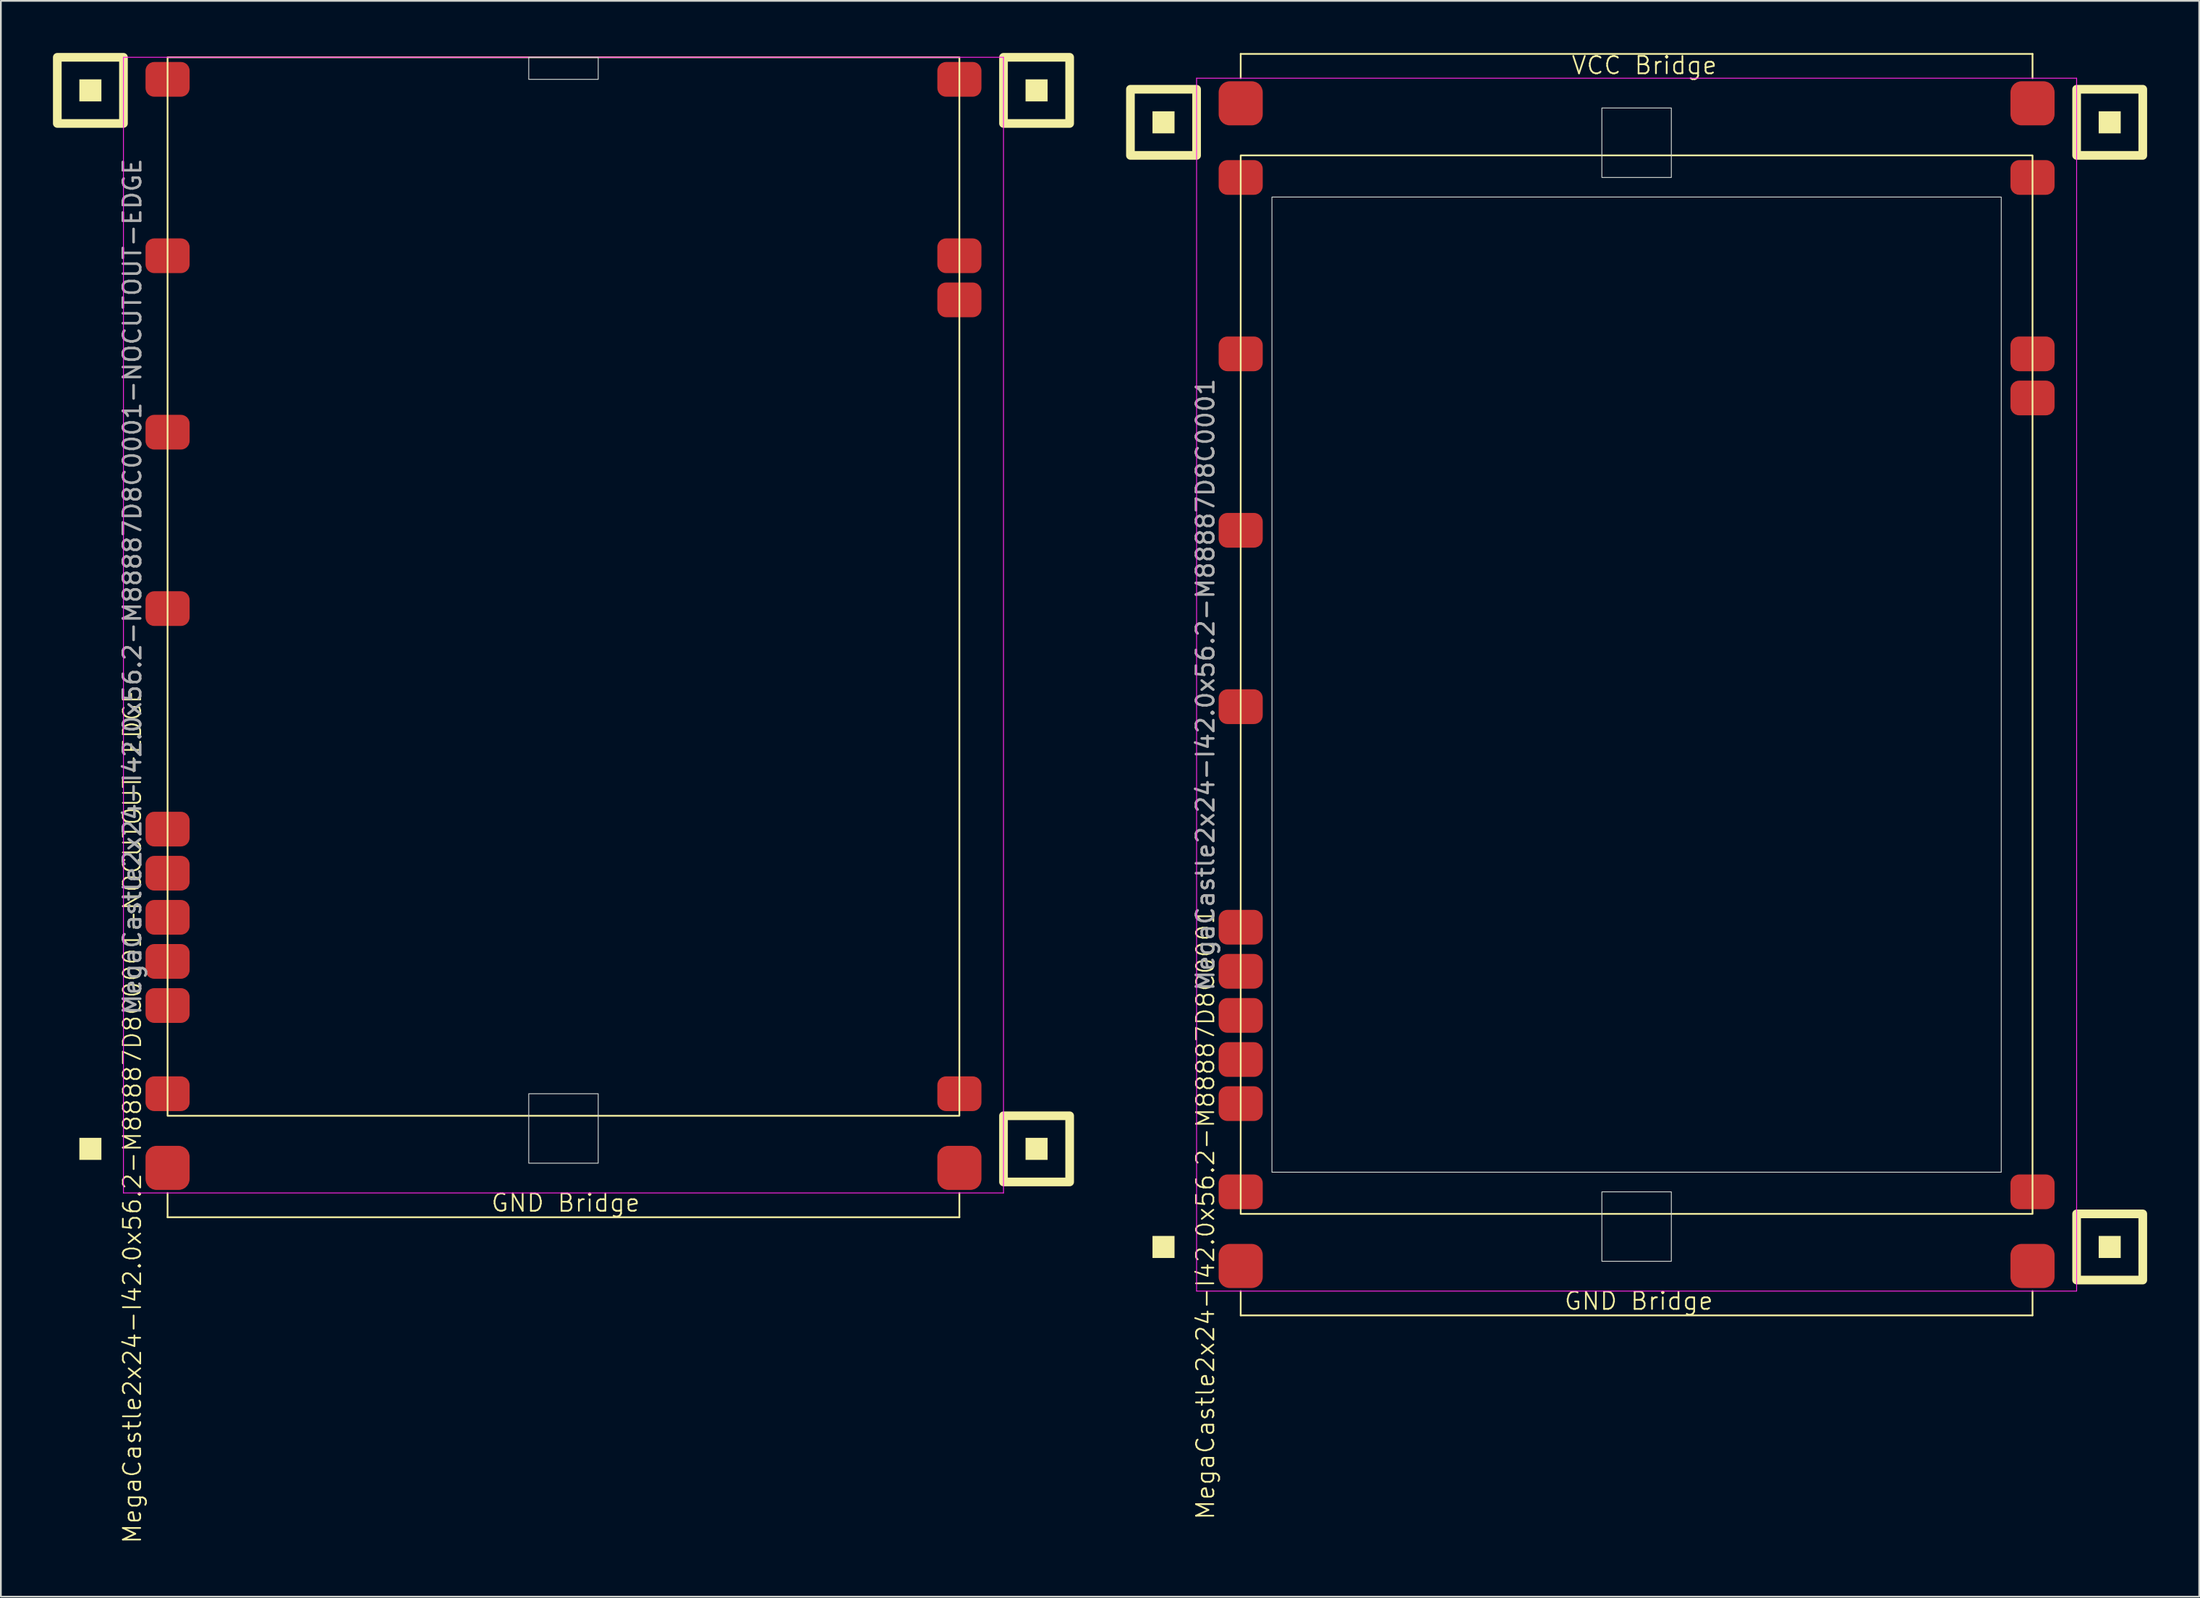
<source format=kicad_pcb>
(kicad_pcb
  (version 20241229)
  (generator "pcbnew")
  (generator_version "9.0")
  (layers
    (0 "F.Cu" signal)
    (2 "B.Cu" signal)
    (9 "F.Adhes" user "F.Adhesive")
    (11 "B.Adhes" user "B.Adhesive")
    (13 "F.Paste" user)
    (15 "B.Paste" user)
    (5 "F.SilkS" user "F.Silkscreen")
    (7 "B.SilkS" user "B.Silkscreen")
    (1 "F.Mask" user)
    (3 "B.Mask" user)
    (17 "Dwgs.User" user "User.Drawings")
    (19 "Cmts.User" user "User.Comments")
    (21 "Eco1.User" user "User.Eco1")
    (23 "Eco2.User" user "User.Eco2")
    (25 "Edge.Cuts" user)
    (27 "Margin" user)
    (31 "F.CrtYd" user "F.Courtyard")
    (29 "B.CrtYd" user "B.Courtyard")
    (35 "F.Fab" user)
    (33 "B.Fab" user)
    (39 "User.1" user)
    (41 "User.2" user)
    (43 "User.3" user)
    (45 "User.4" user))
  (footprint "MegaCastle2x24-I42.0x56.2-M88887D8C0001"
    (layer "F.Cu")
    (at 91.2 36.38)
    (property "Reference" "MegaCastle2x24-I42.0x56.2-M88887D8C0001" (at -24.832 30.48 90) (unlocked yes) (layer "F.SilkS") (effects (font (size 1 1) (thickness 0.1))))
    (attr smd)
    (fp_line (start -22.8 -36.325) (end 22.8 -36.325) (stroke (width 0.1) (type default)) (layer "F.SilkS"))
    (fp_line (start -22.8 -34.925) (end -22.8 -36.325) (stroke (width 0.1) (type default)) (layer "F.SilkS"))
    (fp_line (start -22.8 34.925) (end -22.8 36.325) (stroke (width 0.1) (type default)) (layer "F.SilkS"))
    (fp_line (start -22.8 36.325) (end 22.8 36.325) (stroke (width 0.1) (type default)) (layer "F.SilkS"))
    (fp_line (start 22.8 -34.925) (end 22.8 -36.325) (stroke (width 0.1) (type default)) (layer "F.SilkS"))
    (fp_line (start 22.8 34.925) (end 22.8 36.325) (stroke (width 0.1) (type default)) (layer "F.SilkS"))
    (fp_rect (start -26.61 -31.75) (end -27.88 -33.02) (stroke (width 0) (type solid)) (fill yes) (layer "F.SilkS"))
    (fp_rect (start -26.61 33.02) (end -27.88 31.75) (stroke (width 0) (type solid)) (fill yes) (layer "F.SilkS"))
    (fp_rect (start -25.34 -30.48) (end -29.15 -34.29) (stroke (width 0.5) (type default)) (fill no) (layer "F.SilkS"))
    (fp_rect (start -22.8 -30.48) (end 22.8 30.48) (stroke (width 0.1) (type default)) (fill no) (layer "F.SilkS"))
    (fp_rect (start 27.88 -31.75) (end 26.61 -33.02) (stroke (width 0) (type solid)) (fill yes) (layer "F.SilkS"))
    (fp_rect (start 27.88 33.02) (end 26.61 31.75) (stroke (width 0) (type solid)) (fill yes) (layer "F.SilkS"))
    (fp_rect (start 29.15 -30.48) (end 25.34 -34.29) (stroke (width 0.5) (type default)) (fill no) (layer "F.SilkS"))
    (fp_rect (start 29.15 34.29) (end 25.34 30.48) (stroke (width 0.5) (type default)) (fill no) (layer "F.SilkS"))
    (fp_rect (start -21 -28.08) (end 21 28.08) (stroke (width 0.05) (type default)) (fill no) (layer "Edge.Cuts"))
    (fp_rect (start -2 -29.21) (end 2 -33.21) (stroke (width 0.05) (type default)) (fill no) (layer "Edge.Cuts"))
    (fp_rect (start -2 29.21) (end 2 33.21) (stroke (width 0.05) (type default)) (fill no) (layer "Edge.Cuts"))
    (fp_line (start -25.34 -34.925) (end -25.34 34.925) (stroke (width 0.05) (type default)) (layer "F.CrtYd"))
    (fp_line (start -25.34 34.925) (end 25.34 34.925) (stroke (width 0.05) (type default)) (layer "F.CrtYd"))
    (fp_line (start 25.34 -34.925) (end -25.34 -34.925) (stroke (width 0.05) (type default)) (layer "F.CrtYd"))
    (fp_line (start 25.34 -34.925) (end 25.34 34.925) (stroke (width 0.05) (type default)) (layer "F.CrtYd"))
    (fp_text user "GND Bridge" (at -4.226 36.08 0) (unlocked yes) (layer "F.SilkS") (effects (font (size 1 1) (thickness 0.1)) (justify left bottom)))
    (fp_text user "VCC Bridge" (at -3.81 -35.08 0) (unlocked yes) (layer "F.SilkS") (effects (font (size 1 1) (thickness 0.1)) (justify left bottom)))
    (fp_text user "${REFERENCE}" (at -24.832 0 90) (unlocked yes) (layer "F.Fab") (effects (font (size 1 1) (thickness 0.15))))
    (pad "1" smd roundrect (at -22.8 -29.21) (size 2.54 2) (layers "F.Cu" "F.Mask" "F.Paste") (roundrect_rratio 0.25))
    (pad "5" smd roundrect (at -22.8 -19.05) (size 2.54 2) (layers "F.Cu" "F.Mask" "F.Paste") (roundrect_rratio 0.25))
    (pad "9" smd roundrect (at -22.8 -8.89) (size 2.54 2) (layers "F.Cu" "F.Mask" "F.Paste") (roundrect_rratio 0.25))
    (pad "13" smd roundrect (at -22.8 1.27) (size 2.54 2) (layers "F.Cu" "F.Mask" "F.Paste") (roundrect_rratio 0.25))
    (pad "18" smd roundrect (at -22.8 13.97) (size 2.54 2) (layers "F.Cu" "F.Mask" "F.Paste") (roundrect_rratio 0.25))
    (pad "19" smd roundrect (at -22.8 16.51) (size 2.54 2) (layers "F.Cu" "F.Mask" "F.Paste") (roundrect_rratio 0.25))
    (pad "20" smd roundrect (at -22.8 19.05) (size 2.54 2) (layers "F.Cu" "F.Mask" "F.Paste") (roundrect_rratio 0.25))
    (pad "21" smd roundrect (at -22.8 21.59) (size 2.54 2) (layers "F.Cu" "F.Mask" "F.Paste") (roundrect_rratio 0.25))
    (pad "22" smd roundrect (at -22.8 24.13) (size 2.54 2) (layers "F.Cu" "F.Mask" "F.Paste") (roundrect_rratio 0.25))
    (pad "24" smd roundrect (at -22.8 29.21) (size 2.54 2) (layers "F.Cu" "F.Mask" "F.Paste") (roundrect_rratio 0.25))
    (pad "25" smd roundrect (at 22.8 -29.21) (size 2.54 2) (layers "F.Cu" "F.Mask" "F.Paste") (roundrect_rratio 0.25))
    (pad "29" smd roundrect (at 22.8 -19.05) (size 2.54 2) (layers "F.Cu" "F.Mask" "F.Paste") (roundrect_rratio 0.25))
    (pad "30" smd roundrect (at 22.8 -16.51) (size 2.54 2) (layers "F.Cu" "F.Mask" "F.Paste") (roundrect_rratio 0.25))
    (pad "48" smd roundrect (at 22.8 29.21) (size 2.54 2) (layers "F.Cu" "F.Mask" "F.Paste") (roundrect_rratio 0.25))
    (pad "A1" smd roundrect (at -22.8 -33.48) (size 2.54 2.54) (layers "F.Cu" "F.Mask" "F.Paste") (roundrect_rratio 0.25))
    (pad "A2" smd roundrect (at 22.8 -33.48) (size 2.54 2.54) (layers "F.Cu" "F.Mask" "F.Paste") (roundrect_rratio 0.25))
    (pad "B1" smd roundrect (at -22.8 33.48) (size 2.54 2.54) (layers "F.Cu" "F.Mask" "F.Paste") (roundrect_rratio 0.25))
    (pad "B2" smd roundrect (at 22.8 33.48) (size 2.54 2.54) (layers "F.Cu" "F.Mask" "F.Paste") (roundrect_rratio 0.25)))
  (footprint "MegaCastle2x24-I42.0x56.2-M88887D8C0001-NOCUTOUT-EDGE"
    (layer "F.Cu")
    (at 29.4 30.73)
    (property "Reference" "MegaCastle2x24-I42.0x56.2-M88887D8C0001-NOCUTOUT-EDGE" (at -24.832 30.48 90) (unlocked yes) (layer "F.SilkS") (effects (font (size 1 1) (thickness 0.1))))
    (attr smd)
    (fp_line (start -22.8 34.925) (end -22.8 36.325) (stroke (width 0.1) (type default)) (layer "F.SilkS"))
    (fp_line (start -22.8 36.325) (end 22.8 36.325) (stroke (width 0.1) (type default)) (layer "F.SilkS"))
    (fp_line (start 22.8 34.925) (end 22.8 36.325) (stroke (width 0.1) (type default)) (layer "F.SilkS"))
    (fp_rect (start -26.61 -27.94) (end -27.88 -29.21) (stroke (width 0) (type solid)) (fill yes) (layer "F.SilkS"))
    (fp_rect (start -26.61 33.02) (end -27.88 31.75) (stroke (width 0) (type solid)) (fill yes) (layer "F.SilkS"))
    (fp_rect (start -25.34 -26.67) (end -29.15 -30.48) (stroke (width 0.5) (type default)) (fill no) (layer "F.SilkS"))
    (fp_rect (start -22.8 -30.48) (end 22.8 30.48) (stroke (width 0.1) (type default)) (fill no) (layer "F.SilkS"))
    (fp_rect (start 27.88 -27.94) (end 26.61 -29.21) (stroke (width 0) (type solid)) (fill yes) (layer "F.SilkS"))
    (fp_rect (start 27.88 33.02) (end 26.61 31.75) (stroke (width 0) (type solid)) (fill yes) (layer "F.SilkS"))
    (fp_rect (start 29.15 -26.67) (end 25.34 -30.48) (stroke (width 0.5) (type default)) (fill no) (layer "F.SilkS"))
    (fp_rect (start 29.15 34.29) (end 25.34 30.48) (stroke (width 0.5) (type default)) (fill no) (layer "F.SilkS"))
    (fp_rect (start -2 -29.21) (end 2 -30.48) (stroke (width 0.05) (type default)) (fill no) (layer "Edge.Cuts"))
    (fp_rect (start -2 29.21) (end 2 33.21) (stroke (width 0.05) (type default)) (fill no) (layer "Edge.Cuts"))
    (fp_line (start -25.34 -30.48) (end -25.34 34.925) (stroke (width 0.05) (type default)) (layer "F.CrtYd"))
    (fp_line (start -25.34 34.925) (end 25.34 34.925) (stroke (width 0.05) (type default)) (layer "F.CrtYd"))
    (fp_line (start 25.34 -30.48) (end -25.34 -30.48) (stroke (width 0.05) (type default)) (layer "F.CrtYd"))
    (fp_line (start 25.34 -30.48) (end 25.34 34.925) (stroke (width 0.05) (type default)) (layer "F.CrtYd"))
    (fp_text user "GND Bridge" (at -4.226 36.08 0) (unlocked yes) (layer "F.SilkS") (effects (font (size 1 1) (thickness 0.1)) (justify left bottom)))
    (fp_text user "${REFERENCE}" (at -24.832 0 90) (unlocked yes) (layer "F.Fab") (effects (font (size 1 1) (thickness 0.15))))
    (pad "1" smd roundrect (at -22.8 -29.21) (size 2.54 2) (layers "F.Cu" "F.Mask" "F.Paste") (roundrect_rratio 0.25))
    (pad "5" smd roundrect (at -22.8 -19.05) (size 2.54 2) (layers "F.Cu" "F.Mask" "F.Paste") (roundrect_rratio 0.25))
    (pad "9" smd roundrect (at -22.8 -8.89) (size 2.54 2) (layers "F.Cu" "F.Mask" "F.Paste") (roundrect_rratio 0.25))
    (pad "13" smd roundrect (at -22.8 1.27) (size 2.54 2) (layers "F.Cu" "F.Mask" "F.Paste") (roundrect_rratio 0.25))
    (pad "18" smd roundrect (at -22.8 13.97) (size 2.54 2) (layers "F.Cu" "F.Mask" "F.Paste") (roundrect_rratio 0.25))
    (pad "19" smd roundrect (at -22.8 16.51) (size 2.54 2) (layers "F.Cu" "F.Mask" "F.Paste") (roundrect_rratio 0.25))
    (pad "20" smd roundrect (at -22.8 19.05) (size 2.54 2) (layers "F.Cu" "F.Mask" "F.Paste") (roundrect_rratio 0.25))
    (pad "21" smd roundrect (at -22.8 21.59) (size 2.54 2) (layers "F.Cu" "F.Mask" "F.Paste") (roundrect_rratio 0.25))
    (pad "22" smd roundrect (at -22.8 24.13) (size 2.54 2) (layers "F.Cu" "F.Mask" "F.Paste") (roundrect_rratio 0.25))
    (pad "24" smd roundrect (at -22.8 29.21) (size 2.54 2) (layers "F.Cu" "F.Mask" "F.Paste") (roundrect_rratio 0.25))
    (pad "25" smd roundrect (at 22.8 -29.21) (size 2.54 2) (layers "F.Cu" "F.Mask" "F.Paste") (roundrect_rratio 0.25))
    (pad "29" smd roundrect (at 22.8 -19.05) (size 2.54 2) (layers "F.Cu" "F.Mask" "F.Paste") (roundrect_rratio 0.25))
    (pad "30" smd roundrect (at 22.8 -16.51) (size 2.54 2) (layers "F.Cu" "F.Mask" "F.Paste") (roundrect_rratio 0.25))
    (pad "48" smd roundrect (at 22.8 29.21) (size 2.54 2) (layers "F.Cu" "F.Mask" "F.Paste") (roundrect_rratio 0.25))
    (pad "B1" smd roundrect (at -22.8 33.48) (size 2.54 2.54) (layers "F.Cu" "F.Mask" "F.Paste") (roundrect_rratio 0.25))
    (pad "B2" smd roundrect (at 22.8 33.48) (size 2.54 2.54) (layers "F.Cu" "F.Mask" "F.Paste") (roundrect_rratio 0.25)))
  (gr_rect
    (start -3 -3)
    (end 123.6 88.903)
    (stroke (width 0.1) (type default))
    (fill no)
    (layer "Edge.Cuts")))
</source>
